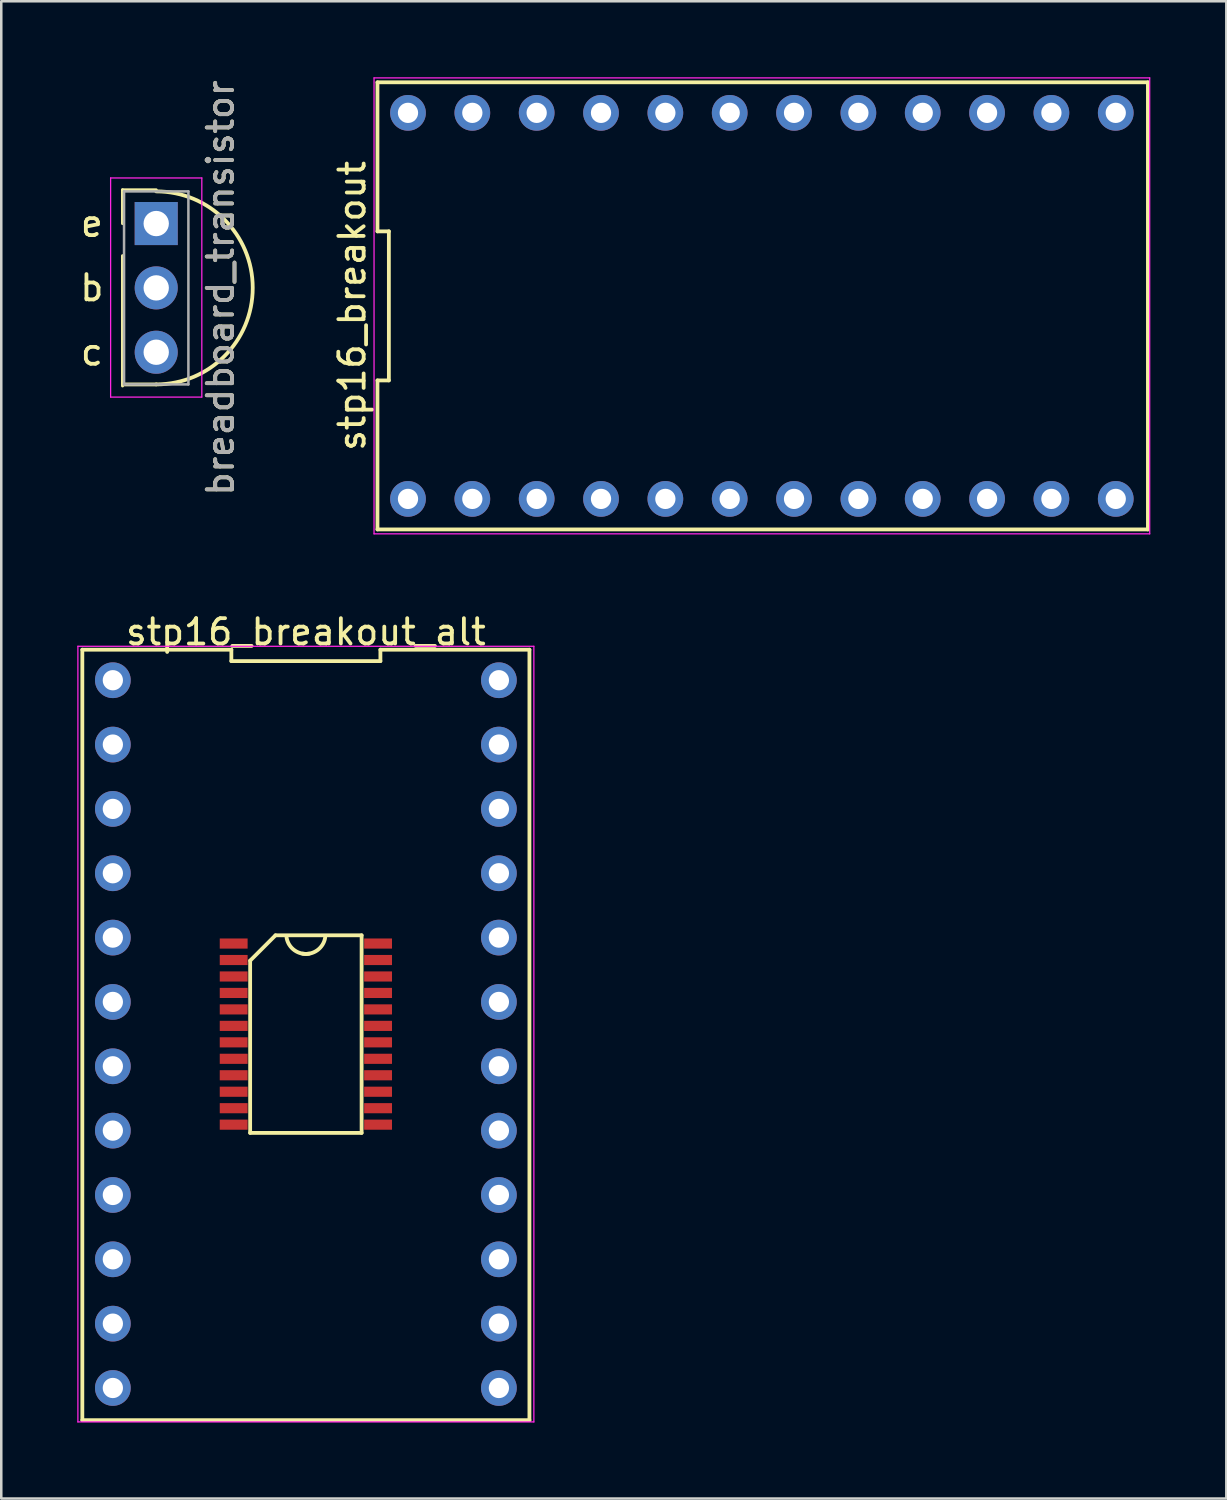
<source format=kicad_pcb>
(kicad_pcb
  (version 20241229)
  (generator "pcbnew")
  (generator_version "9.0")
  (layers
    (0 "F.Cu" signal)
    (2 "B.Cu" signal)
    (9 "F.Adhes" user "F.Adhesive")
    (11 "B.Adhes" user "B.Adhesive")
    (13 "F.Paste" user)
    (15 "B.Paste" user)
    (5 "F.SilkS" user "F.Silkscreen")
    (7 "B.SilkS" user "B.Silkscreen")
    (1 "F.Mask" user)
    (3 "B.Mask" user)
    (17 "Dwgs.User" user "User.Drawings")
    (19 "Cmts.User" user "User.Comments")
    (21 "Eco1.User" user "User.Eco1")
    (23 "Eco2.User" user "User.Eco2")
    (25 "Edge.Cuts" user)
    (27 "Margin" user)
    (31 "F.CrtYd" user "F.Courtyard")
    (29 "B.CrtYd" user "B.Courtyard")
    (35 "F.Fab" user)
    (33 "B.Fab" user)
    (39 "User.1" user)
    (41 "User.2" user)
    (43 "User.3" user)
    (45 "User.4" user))
  (footprint "stp16_breakout_alt"
    (layer "F.Cu")
    (at 9.025 37.773)
    (property "Reference" "stp16_breakout_alt" (at 0 -15.875 0) (layer "F.SilkS") (effects (font (size 1 1) (thickness 0.15))))
    (attr smd)
    (fp_line (start -8.825 15.24) (end 8.825 15.24) (stroke (width 0.15) (type solid)) (layer "F.SilkS"))
    (fp_line (start -8.825 -15.175) (end -8.825 15.24) (stroke (width 0.15) (type solid)) (layer "F.SilkS"))
    (fp_line (start -2.942 -15.175) (end -8.825 -15.175) (stroke (width 0.15) (type solid)) (layer "F.SilkS"))
    (fp_line (start -2.942 -14.725) (end -2.942 -15.175) (stroke (width 0.15) (type solid)) (layer "F.SilkS"))
    (fp_line (start -2.2 -2.9) (end -1.2 -3.9) (stroke (width 0.15) (type solid)) (layer "F.SilkS"))
    (fp_line (start -2.2 3.9) (end -2.2 -2.9) (stroke (width 0.15) (type solid)) (layer "F.SilkS"))
    (fp_line (start -1.2 -3.9) (end 2.2 -3.9) (stroke (width 0.15) (type solid)) (layer "F.SilkS"))
    (fp_line (start 2.2 -3.9) (end 2.2 3.9) (stroke (width 0.15) (type solid)) (layer "F.SilkS"))
    (fp_line (start 2.2 3.9) (end -2.2 3.9) (stroke (width 0.15) (type solid)) (layer "F.SilkS"))
    (fp_line (start 2.942 -15.175) (end 2.942 -14.725) (stroke (width 0.15) (type solid)) (layer "F.SilkS"))
    (fp_line (start 2.942 -14.725) (end -2.942 -14.725) (stroke (width 0.15) (type solid)) (layer "F.SilkS"))
    (fp_line (start 8.825 15.24) (end 8.825 -15.175) (stroke (width 0.15) (type solid)) (layer "F.SilkS"))
    (fp_line (start 8.825 -15.175) (end 2.942 -15.175) (stroke (width 0.15) (type solid)) (layer "F.SilkS"))
    (fp_arc (start 0.127 -3.175) (mid -0.449013 -3.308382) (end -0.762 -3.81) (stroke (width 0.1524) (type solid)) (layer "F.SilkS"))
    (fp_arc (start 0.762 -3.81) (mid 0.449013 -3.308382) (end -0.127 -3.175) (stroke (width 0.1524) (type solid)) (layer "F.SilkS"))
    (fp_line (start -9 -15.31) (end 9 -15.31) (stroke (width 0.05) (type solid)) (layer "F.CrtYd"))
    (fp_line (start -9 15.31) (end -9 -15.31) (stroke (width 0.05) (type solid)) (layer "F.CrtYd"))
    (fp_line (start 9 -15.31) (end 9 15.31) (stroke (width 0.05) (type solid)) (layer "F.CrtYd"))
    (fp_line (start 9 15.31) (end -9 15.31) (stroke (width 0.05) (type solid)) (layer "F.CrtYd"))
    (pad "1" thru_hole circle (at -7.62 -13.97 270) (size 1.41 1.41) (drill 0.8) (layers "*.Cu" "*.Mask"))
    (pad "1" smd rect (at -2.85 -3.575) (size 1.1 0.4) (layers "F.Cu" "F.Mask" "F.Paste"))
    (pad "2" thru_hole circle (at -7.62 -11.43 270) (size 1.41 1.41) (drill 0.8) (layers "*.Cu" "*.Mask"))
    (pad "2" smd rect (at -2.85 -2.925) (size 1.1 0.4) (layers "F.Cu" "F.Mask" "F.Paste"))
    (pad "3" thru_hole circle (at -7.62 -8.89 270) (size 1.41 1.41) (drill 0.8) (layers "*.Cu" "*.Mask"))
    (pad "3" smd rect (at -2.85 -2.275) (size 1.1 0.4) (layers "F.Cu" "F.Mask" "F.Paste"))
    (pad "4" thru_hole circle (at -7.62 -6.35 270) (size 1.41 1.41) (drill 0.8) (layers "*.Cu" "*.Mask"))
    (pad "4" smd rect (at -2.85 -1.625) (size 1.1 0.4) (layers "F.Cu" "F.Mask" "F.Paste"))
    (pad "5" thru_hole circle (at -7.62 -3.81 270) (size 1.41 1.41) (drill 0.8) (layers "*.Cu" "*.Mask"))
    (pad "5" smd rect (at -2.85 -0.975) (size 1.1 0.4) (layers "F.Cu" "F.Mask" "F.Paste"))
    (pad "6" thru_hole circle (at -7.62 -1.27 270) (size 1.41 1.41) (drill 0.8) (layers "*.Cu" "*.Mask"))
    (pad "6" smd rect (at -2.85 -0.325) (size 1.1 0.4) (layers "F.Cu" "F.Mask" "F.Paste"))
    (pad "7" thru_hole circle (at -7.62 1.27 270) (size 1.41 1.41) (drill 0.8) (layers "*.Cu" "*.Mask"))
    (pad "7" smd rect (at -2.85 0.325) (size 1.1 0.4) (layers "F.Cu" "F.Mask" "F.Paste"))
    (pad "8" thru_hole circle (at -7.62 3.81 270) (size 1.41 1.41) (drill 0.8) (layers "*.Cu" "*.Mask"))
    (pad "8" smd rect (at -2.85 0.975) (size 1.1 0.4) (layers "F.Cu" "F.Mask" "F.Paste"))
    (pad "9" thru_hole circle (at -7.62 6.35 270) (size 1.41 1.41) (drill 0.8) (layers "*.Cu" "*.Mask"))
    (pad "9" smd rect (at -2.85 1.625) (size 1.1 0.4) (layers "F.Cu" "F.Mask" "F.Paste"))
    (pad "10" thru_hole circle (at -7.62 8.89 270) (size 1.41 1.41) (drill 0.8) (layers "*.Cu" "*.Mask"))
    (pad "10" smd rect (at -2.85 2.275) (size 1.1 0.4) (layers "F.Cu" "F.Mask" "F.Paste"))
    (pad "11" thru_hole circle (at -7.62 11.43 270) (size 1.41 1.41) (drill 0.8) (layers "*.Cu" "*.Mask"))
    (pad "11" smd rect (at -2.85 2.925) (size 1.1 0.4) (layers "F.Cu" "F.Mask" "F.Paste"))
    (pad "12" thru_hole circle (at -7.62 13.97 270) (size 1.41 1.41) (drill 0.8) (layers "*.Cu" "*.Mask"))
    (pad "12" smd rect (at -2.85 3.575) (size 1.1 0.4) (layers "F.Cu" "F.Mask" "F.Paste"))
    (pad "13" smd rect (at 2.85 3.575) (size 1.1 0.4) (layers "F.Cu" "F.Mask" "F.Paste"))
    (pad "13" thru_hole circle (at 7.62 13.97 270) (size 1.41 1.41) (drill 0.8) (layers "*.Cu" "*.Mask"))
    (pad "14" smd rect (at 2.85 2.925) (size 1.1 0.4) (layers "F.Cu" "F.Mask" "F.Paste"))
    (pad "14" thru_hole circle (at 7.62 11.43 270) (size 1.41 1.41) (drill 0.8) (layers "*.Cu" "*.Mask"))
    (pad "15" smd rect (at 2.85 2.275) (size 1.1 0.4) (layers "F.Cu" "F.Mask" "F.Paste"))
    (pad "15" thru_hole circle (at 7.62 8.89 270) (size 1.41 1.41) (drill 0.8) (layers "*.Cu" "*.Mask"))
    (pad "16" smd rect (at 2.85 1.625) (size 1.1 0.4) (layers "F.Cu" "F.Mask" "F.Paste"))
    (pad "16" thru_hole circle (at 7.62 6.35 270) (size 1.41 1.41) (drill 0.8) (layers "*.Cu" "*.Mask"))
    (pad "17" smd rect (at 2.85 0.975) (size 1.1 0.4) (layers "F.Cu" "F.Mask" "F.Paste"))
    (pad "17" thru_hole circle (at 7.62 3.81 270) (size 1.41 1.41) (drill 0.8) (layers "*.Cu" "*.Mask"))
    (pad "18" smd rect (at 2.85 0.325) (size 1.1 0.4) (layers "F.Cu" "F.Mask" "F.Paste"))
    (pad "18" thru_hole circle (at 7.62 1.27 270) (size 1.41 1.41) (drill 0.8) (layers "*.Cu" "*.Mask"))
    (pad "19" smd rect (at 2.85 -0.325) (size 1.1 0.4) (layers "F.Cu" "F.Mask" "F.Paste"))
    (pad "19" thru_hole circle (at 7.62 -1.27 270) (size 1.41 1.41) (drill 0.8) (layers "*.Cu" "*.Mask"))
    (pad "20" smd rect (at 2.85 -0.975) (size 1.1 0.4) (layers "F.Cu" "F.Mask" "F.Paste"))
    (pad "20" thru_hole circle (at 7.62 -3.81 270) (size 1.41 1.41) (drill 0.8) (layers "*.Cu" "*.Mask"))
    (pad "21" smd rect (at 2.85 -1.625) (size 1.1 0.4) (layers "F.Cu" "F.Mask" "F.Paste"))
    (pad "21" thru_hole circle (at 7.62 -6.35 270) (size 1.41 1.41) (drill 0.8) (layers "*.Cu" "*.Mask"))
    (pad "22" smd rect (at 2.85 -2.275) (size 1.1 0.4) (layers "F.Cu" "F.Mask" "F.Paste"))
    (pad "22" thru_hole circle (at 7.62 -8.89 270) (size 1.41 1.41) (drill 0.8) (layers "*.Cu" "*.Mask"))
    (pad "23" smd rect (at 2.85 -2.925) (size 1.1 0.4) (layers "F.Cu" "F.Mask" "F.Paste"))
    (pad "23" thru_hole circle (at 7.62 -11.43 270) (size 1.41 1.41) (drill 0.8) (layers "*.Cu" "*.Mask"))
    (pad "24" smd rect (at 2.85 -3.575) (size 1.1 0.4) (layers "F.Cu" "F.Mask" "F.Paste"))
    (pad "24" thru_hole circle (at 7.62 -13.97 270) (size 1.41 1.41) (drill 0.8) (layers "*.Cu" "*.Mask")))
  (footprint "stp16_breakout"
    (layer "F.Cu")
    (at 27.026 9.025)
    (property "Reference" "stp16_breakout" (at -16.175 0 90) (layer "F.SilkS") (effects (font (size 1 1) (thickness 0.15))))
    (attr through_hole)
    (fp_line (start -15.175 -8.825) (end -15.175 -2.942) (stroke (width 0.15) (type solid)) (layer "F.SilkS"))
    (fp_line (start -15.175 -2.942) (end -14.725 -2.942) (stroke (width 0.15) (type solid)) (layer "F.SilkS"))
    (fp_line (start -15.175 2.942) (end -15.175 8.825) (stroke (width 0.15) (type solid)) (layer "F.SilkS"))
    (fp_line (start -15.175 8.825) (end 15.24 8.825) (stroke (width 0.15) (type solid)) (layer "F.SilkS"))
    (fp_line (start -14.725 -2.942) (end -14.725 2.942) (stroke (width 0.15) (type solid)) (layer "F.SilkS"))
    (fp_line (start -14.725 2.942) (end -15.175 2.942) (stroke (width 0.15) (type solid)) (layer "F.SilkS"))
    (fp_line (start 15.24 -8.825) (end -15.175 -8.825) (stroke (width 0.15) (type solid)) (layer "F.SilkS"))
    (fp_line (start 15.24 8.825) (end 15.24 -8.825) (stroke (width 0.15) (type solid)) (layer "F.SilkS"))
    (fp_line (start -15.31 -9) (end 15.31 -9) (stroke (width 0.05) (type solid)) (layer "F.CrtYd"))
    (fp_line (start -15.31 9) (end -15.31 -9) (stroke (width 0.05) (type solid)) (layer "F.CrtYd"))
    (fp_line (start 15.31 -9) (end 15.31 9) (stroke (width 0.05) (type solid)) (layer "F.CrtYd"))
    (fp_line (start 15.31 9) (end -15.31 9) (stroke (width 0.05) (type solid)) (layer "F.CrtYd"))
    (pad "1" thru_hole circle (at -13.97 7.62) (size 1.41 1.41) (drill 0.8) (layers "*.Cu" "*.Mask"))
    (pad "2" thru_hole circle (at -11.43 7.62) (size 1.41 1.41) (drill 0.8) (layers "*.Cu" "*.Mask"))
    (pad "3" thru_hole circle (at -8.89 7.62) (size 1.41 1.41) (drill 0.8) (layers "*.Cu" "*.Mask"))
    (pad "4" thru_hole circle (at -6.35 7.62) (size 1.41 1.41) (drill 0.8) (layers "*.Cu" "*.Mask"))
    (pad "5" thru_hole circle (at -3.81 7.62) (size 1.41 1.41) (drill 0.8) (layers "*.Cu" "*.Mask"))
    (pad "6" thru_hole circle (at -1.27 7.62) (size 1.41 1.41) (drill 0.8) (layers "*.Cu" "*.Mask"))
    (pad "7" thru_hole circle (at 1.27 7.62) (size 1.41 1.41) (drill 0.8) (layers "*.Cu" "*.Mask"))
    (pad "8" thru_hole circle (at 3.81 7.62) (size 1.41 1.41) (drill 0.8) (layers "*.Cu" "*.Mask"))
    (pad "9" thru_hole circle (at 6.35 7.62) (size 1.41 1.41) (drill 0.8) (layers "*.Cu" "*.Mask"))
    (pad "10" thru_hole circle (at 8.89 7.62) (size 1.41 1.41) (drill 0.8) (layers "*.Cu" "*.Mask"))
    (pad "11" thru_hole circle (at 11.43 7.62) (size 1.41 1.41) (drill 0.8) (layers "*.Cu" "*.Mask"))
    (pad "12" thru_hole circle (at 13.97 7.62) (size 1.41 1.41) (drill 0.8) (layers "*.Cu" "*.Mask"))
    (pad "13" thru_hole circle (at 13.97 -7.62) (size 1.41 1.41) (drill 0.8) (layers "*.Cu" "*.Mask"))
    (pad "14" thru_hole circle (at 11.43 -7.62) (size 1.41 1.41) (drill 0.8) (layers "*.Cu" "*.Mask"))
    (pad "15" thru_hole circle (at 8.89 -7.62) (size 1.41 1.41) (drill 0.8) (layers "*.Cu" "*.Mask"))
    (pad "16" thru_hole circle (at 6.35 -7.62) (size 1.41 1.41) (drill 0.8) (layers "*.Cu" "*.Mask"))
    (pad "17" thru_hole circle (at 3.81 -7.62) (size 1.41 1.41) (drill 0.8) (layers "*.Cu" "*.Mask"))
    (pad "18" thru_hole circle (at 1.27 -7.62) (size 1.41 1.41) (drill 0.8) (layers "*.Cu" "*.Mask"))
    (pad "19" thru_hole circle (at -1.27 -7.62) (size 1.41 1.41) (drill 0.8) (layers "*.Cu" "*.Mask"))
    (pad "20" thru_hole circle (at -3.81 -7.62) (size 1.41 1.41) (drill 0.8) (layers "*.Cu" "*.Mask"))
    (pad "21" thru_hole circle (at -6.35 -7.62) (size 1.41 1.41) (drill 0.8) (layers "*.Cu" "*.Mask"))
    (pad "22" thru_hole circle (at -8.89 -7.62) (size 1.41 1.41) (drill 0.8) (layers "*.Cu" "*.Mask"))
    (pad "23" thru_hole circle (at -11.43 -7.62) (size 1.41 1.41) (drill 0.8) (layers "*.Cu" "*.Mask"))
    (pad "24" thru_hole circle (at -13.97 -7.62) (size 1.41 1.41) (drill 0.8) (layers "*.Cu" "*.Mask")))
  (footprint "breadboard_transistor"
    (layer "F.Cu")
    (at 3.117 5.775)
    (property "Reference" "breadboard_transistor" (at 2.54 2.54 270) (layer "F.SilkS") (effects (font (size 1 1) (thickness 0.15))))
    (attr through_hole)
    (fp_line (start -1.33 -1.33) (end 0 -1.33) (stroke (width 0.12) (type solid)) (layer "F.SilkS"))
    (fp_line (start -1.33 0) (end -1.33 -1.33) (stroke (width 0.12) (type solid)) (layer "F.SilkS"))
    (fp_line (start -1.33 1.27) (end -1.33 6.41) (stroke (width 0.12) (type solid)) (layer "F.SilkS"))
    (fp_line (start 0 6.35) (end -1.27 6.35) (stroke (width 0.15) (type solid)) (layer "F.SilkS"))
    (fp_arc (start 0 -1.27) (mid 3.81 2.54) (end 0 6.35) (stroke (width 0.15) (type solid)) (layer "F.SilkS"))
    (fp_line (start -1.8 -1.8) (end -1.8 6.85) (stroke (width 0.05) (type solid)) (layer "F.CrtYd"))
    (fp_line (start -1.8 6.85) (end 1.8 6.85) (stroke (width 0.05) (type solid)) (layer "F.CrtYd"))
    (fp_line (start 1.8 -1.8) (end -1.8 -1.8) (stroke (width 0.05) (type solid)) (layer "F.CrtYd"))
    (fp_line (start 1.8 6.85) (end 1.8 -1.8) (stroke (width 0.05) (type solid)) (layer "F.CrtYd"))
    (fp_line (start -1.27 -1.27) (end -1.27 6.35) (stroke (width 0.1) (type solid)) (layer "F.Fab"))
    (fp_line (start -1.27 6.35) (end 1.27 6.35) (stroke (width 0.1) (type solid)) (layer "F.Fab"))
    (fp_line (start 1.27 -1.27) (end -1.27 -1.27) (stroke (width 0.1) (type solid)) (layer "F.Fab"))
    (fp_line (start 1.27 6.35) (end 1.27 -1.27) (stroke (width 0.1) (type solid)) (layer "F.Fab"))
    (fp_text user "c" (at -2.54 5.08 0) (layer "F.SilkS") (effects (font (size 1 1) (thickness 0.15))))
    (fp_text user "e" (at -2.54 0 0) (layer "F.SilkS") (effects (font (size 1 1) (thickness 0.15))))
    (fp_text user "b" (at -2.54 2.54 0) (layer "F.SilkS") (effects (font (size 1 1) (thickness 0.15))))
    (fp_text user "${REFERENCE}" (at 2.54 2.54 90) (layer "F.Fab") (effects (font (size 1 1) (thickness 0.15))))
    (pad "1" thru_hole rect (at 0 0) (size 1.7 1.7) (drill 1) (layers "*.Cu" "*.Mask"))
    (pad "2" thru_hole oval (at 0 2.54) (size 1.7 1.7) (drill 1) (layers "*.Cu" "*.Mask"))
    (pad "3" thru_hole oval (at 0 5.08) (size 1.7 1.7) (drill 1) (layers "*.Cu" "*.Mask")))
  (gr_rect
    (start -3 -3)
    (end 45.361 56.108)
    (stroke (width 0.1) (type default))
    (fill no)
    (layer "Edge.Cuts")))
</source>
